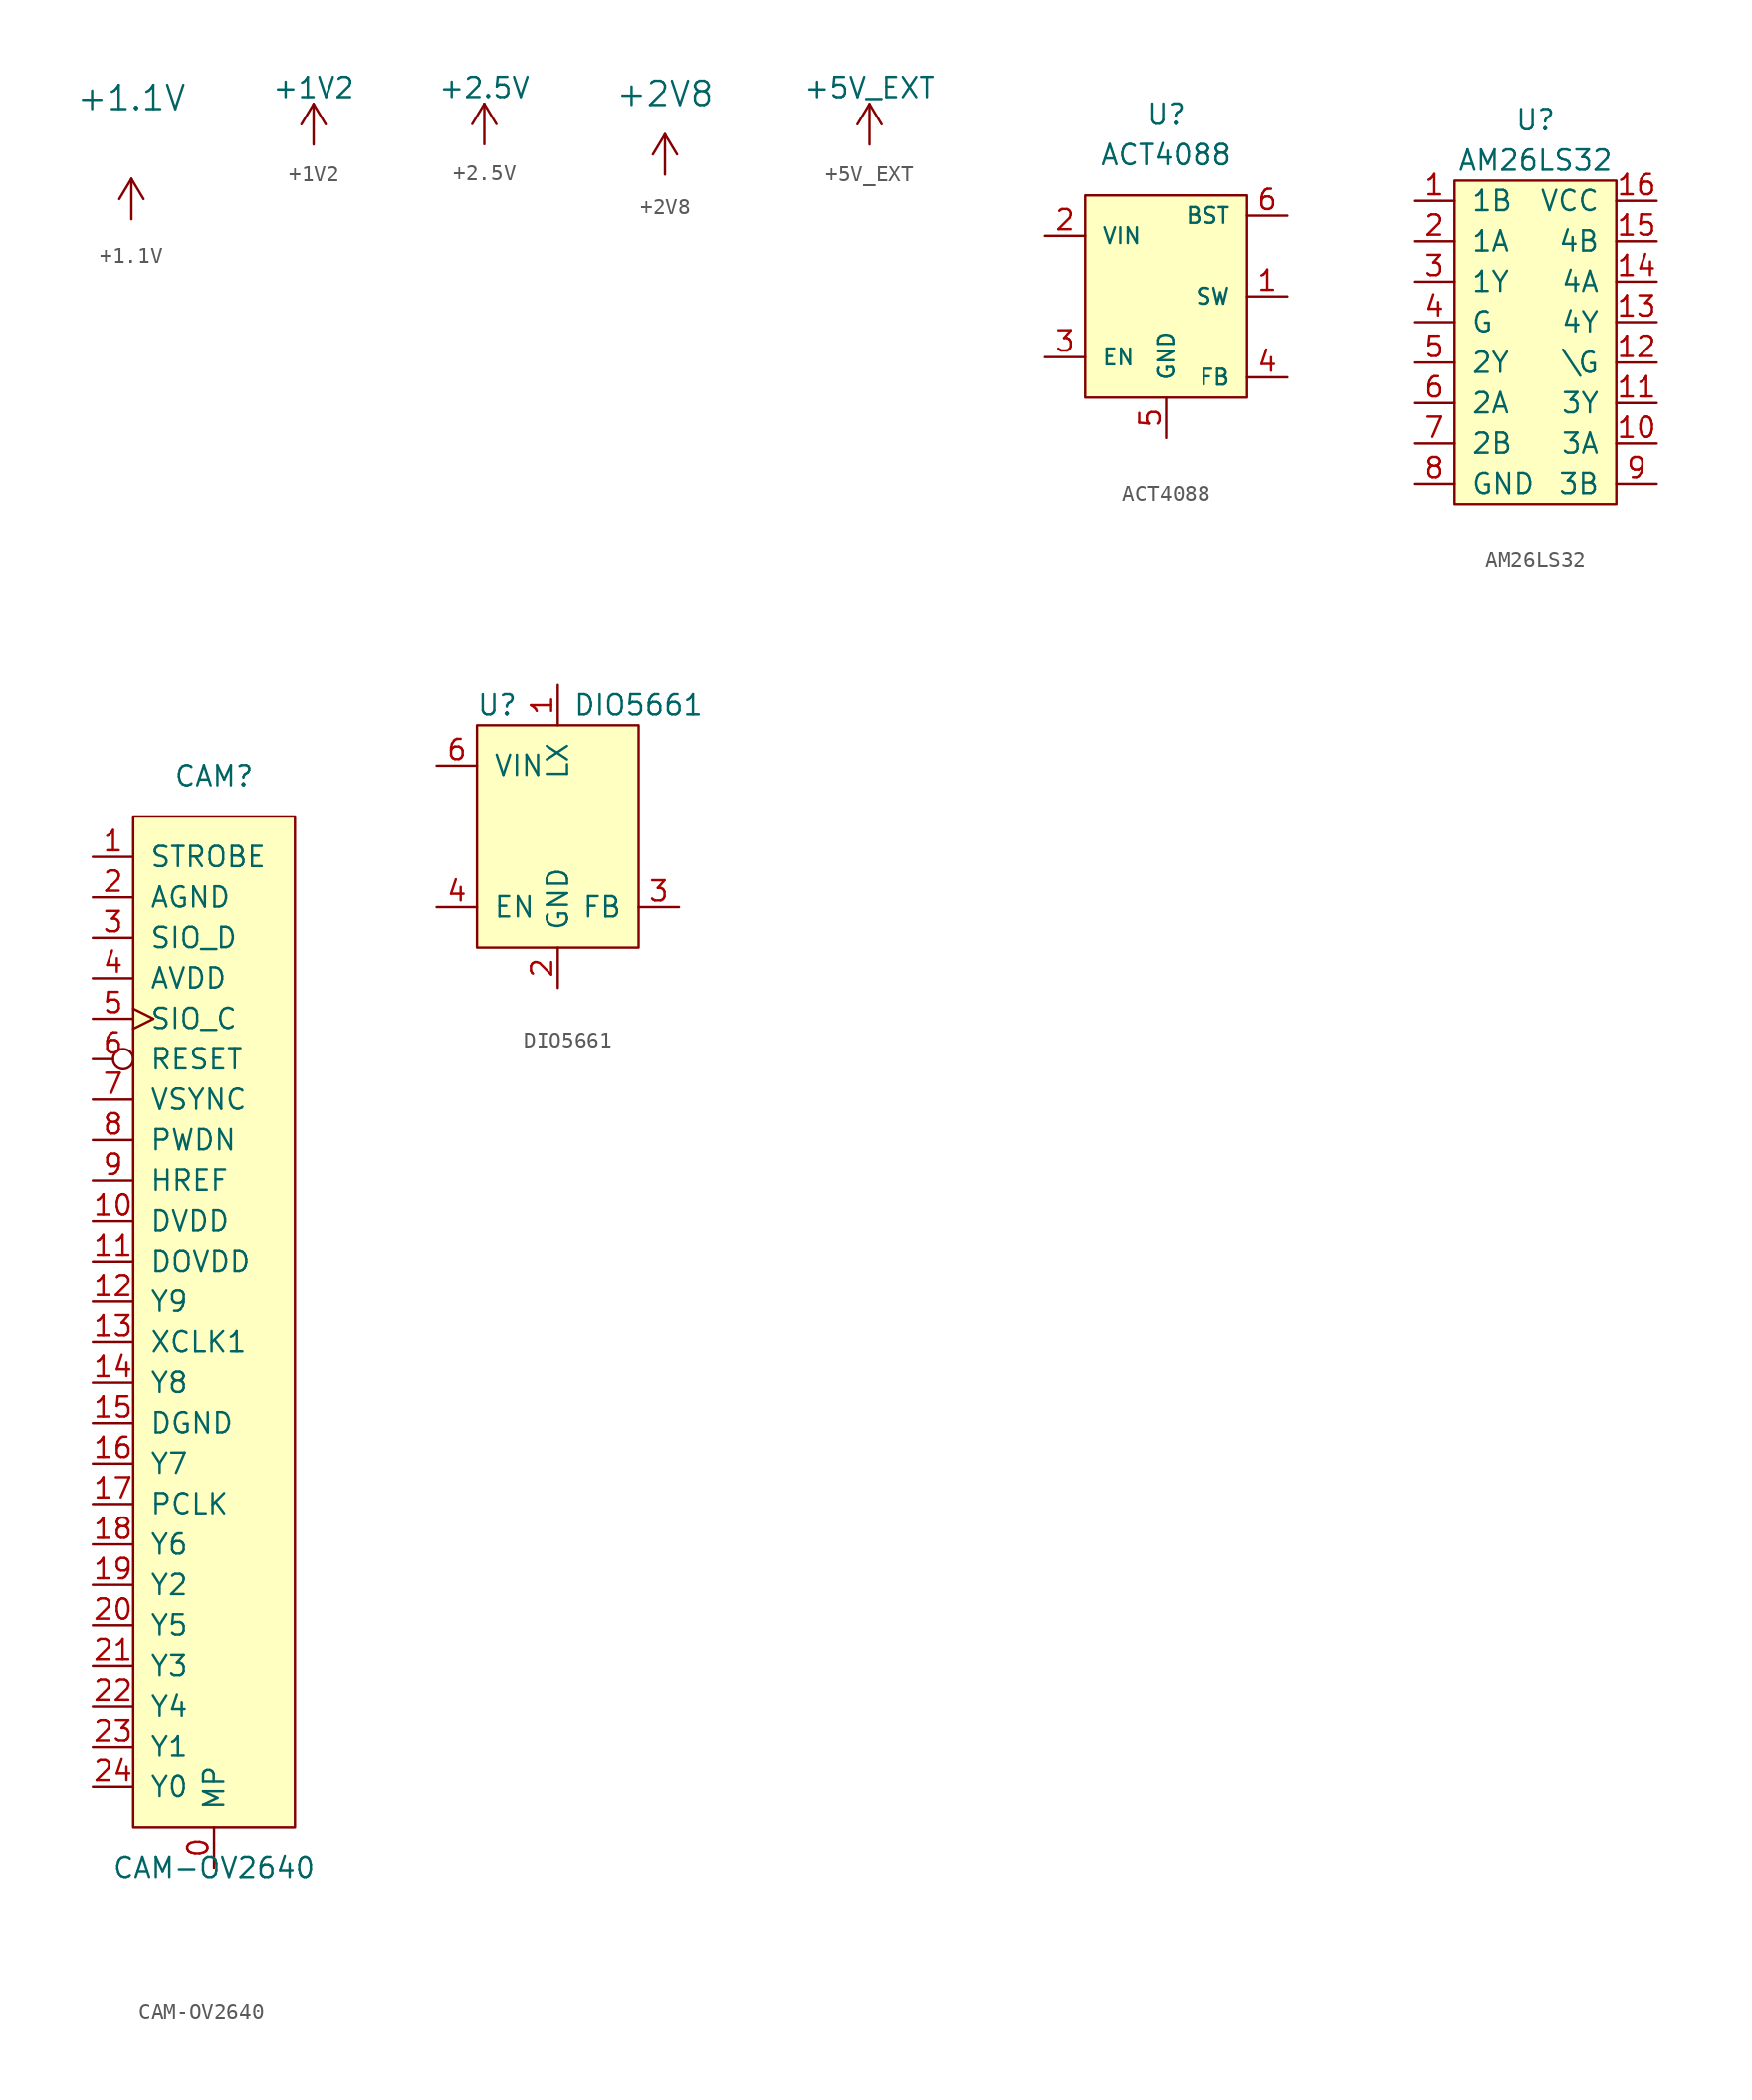
<source format=kicad_sym>
(kicad_symbol_lib
  (version 20231120)
  (generator "kicad_symbol_editor")
  (generator_version "8.0")
  (symbol "+1.1V"
    (power)
    (pin_names
      (offset 1.016))
    (property "Reference" "#PWRV"
      (at 0 -5.08 0)
      (effects (font (size 1.524 1.524)) (hide yes)))
    (property "Value" "+1.1V"
      (at 0 7.62 0)
      (effects (font (size 1.524 1.524))))
    (symbol "+1.1V_0_1"
      (polyline (pts (xy -0.762 1.27) (xy 0 2.54)) (stroke (width 0) (type solid)) (fill (type none)))
      (polyline (pts (xy 0 0) (xy 0 2.54)) (stroke (width 0) (type solid)) (fill (type none)))
      (polyline (pts (xy 0 2.54) (xy 0.762 1.27)) (stroke (width 0) (type solid)) (fill (type none)))
      (pin power_in line (at 0 0 90) (length 0) hide (name "+1.1V" (effects (font (size 1.27 1.27)))) (number "1" (effects (font (size 1.27 1.27)))))))
  (symbol "+1V2"
    (power)
    (pin_names
      (offset 0))
    (property "Reference" "#PWR"
      (at 0 -3.81 0)
      (effects (font (size 1.27 1.27)) (hide yes)))
    (property "Value" "+1V2"
      (at 0 3.556 0)
      (effects (font (size 1.27 1.27))))
    (property "Footprint" ""
      (at 0 0 0)
      (effects (font (size 1.524 1.524))))
    (property "Datasheet" ""
      (at 0 0 0)
      (effects (font (size 1.524 1.524))))
    (symbol "+1V2_0_1"
      (polyline (pts (xy -0.762 1.27) (xy 0 2.54)) (stroke (width 0) (type solid)) (fill (type none)))
      (polyline (pts (xy 0 0) (xy 0 2.54)) (stroke (width 0) (type solid)) (fill (type none)))
      (polyline (pts (xy 0 2.54) (xy 0.762 1.27)) (stroke (width 0) (type solid)) (fill (type none))))
    (symbol "+1V2_1_1"
      (pin power_in line (at 0 0 90) (length 0) hide (name "+1V2" (effects (font (size 1.27 1.27)))) (number "1" (effects (font (size 1.27 1.27)))))))
  (symbol "+2.5V"
    (power)
    (pin_names
      (offset 0))
    (property "Reference" "#PWR"
      (at 0 -3.81 0)
      (effects (font (size 1.27 1.27)) (hide yes)))
    (property "Value" "+2.5V"
      (at 0 3.556 0)
      (effects (font (size 1.27 1.27))))
    (property "Footprint" ""
      (at 0 0 0)
      (effects (font (size 1.524 1.524))))
    (property "Datasheet" ""
      (at 0 0 0)
      (effects (font (size 1.524 1.524))))
    (symbol "+2.5V_0_1"
      (polyline (pts (xy -0.762 1.27) (xy 0 2.54)) (stroke (width 0) (type solid)) (fill (type none)))
      (polyline (pts (xy 0 0) (xy 0 2.54)) (stroke (width 0) (type solid)) (fill (type none)))
      (polyline (pts (xy 0 2.54) (xy 0.762 1.27)) (stroke (width 0) (type solid)) (fill (type none))))
    (symbol "+2.5V_1_1"
      (pin power_in line (at 0 0 90) (length 0) hide (name "+2.5V" (effects (font (size 1.27 1.27)))) (number "1" (effects (font (size 1.27 1.27)))))))
  (symbol "+2V8"
    (power)
    (pin_names
      (offset 1.016))
    (property "Reference" "#PWR"
      (at 0 -5.08 0)
      (effects (font (size 1.524 1.524)) (hide yes)))
    (property "Value" "+2V8"
      (at 0 5.08 0)
      (effects (font (size 1.524 1.524))))
    (symbol "+2V8_0_1"
      (polyline (pts (xy -0.762 1.27) (xy 0 2.54)) (stroke (width 0) (type solid)) (fill (type none)))
      (polyline (pts (xy 0 0) (xy 0 2.54)) (stroke (width 0) (type solid)) (fill (type none)))
      (polyline (pts (xy 0 2.54) (xy 0.762 1.27)) (stroke (width 0) (type solid)) (fill (type none)))
      (pin power_in line (at 0 0 90) (length 0) hide (name "+2V8" (effects (font (size 1.27 1.27)))) (number "1" (effects (font (size 1.27 1.27)))))))
  (symbol "+5V_EXT"
    (power)
    (pin_names
      (offset 0))
    (property "Reference" "#PWR"
      (at 0 -3.81 0)
      (effects (font (size 1.27 1.27)) (hide yes)))
    (property "Value" "+5V_EXT"
      (at 0 3.556 0)
      (effects (font (size 1.27 1.27))))
    (property "Footprint" ""
      (at 0 0 0)
      (effects (font (size 1.524 1.524))))
    (property "Datasheet" ""
      (at 0 0 0)
      (effects (font (size 1.524 1.524))))
    (symbol "+5V_EXT_0_1"
      (polyline (pts (xy -0.762 1.27) (xy 0 2.54)) (stroke (width 0) (type solid)) (fill (type none)))
      (polyline (pts (xy 0 0) (xy 0 2.54)) (stroke (width 0) (type solid)) (fill (type none)))
      (polyline (pts (xy 0 2.54) (xy 0.762 1.27)) (stroke (width 0) (type solid)) (fill (type none))))
    (symbol "+5V_EXT_1_1"
      (pin power_in line (at 0 0 90) (length 0) hide (name "+5V_EXT" (effects (font (size 1.27 1.27)))) (number "1" (effects (font (size 1.27 1.27)))))))
  (symbol "ACT4088"
    (pin_names
      (offset 1.016))
    (property "Reference" "U"
      (at 0 11.43 0)
      (effects (font (size 1.27 1.27))))
    (property "Value" "ACT4088"
      (at 0 8.89 0)
      (effects (font (size 1.27 1.27))))
    (symbol "ACT4088_0_1"
      (rectangle (start -5.08 6.35) (end 5.08 -6.35) (stroke (width 0) (type solid)) (fill (type background))))
    (symbol "ACT4088_1_1"
      (pin input line (at 7.62 0 180) (length 2.54) (name "SW" (effects (font (size 0.991 0.991)))) (number "1" (effects (font (size 1.27 1.27)))))
      (pin input line (at -7.62 3.81 0) (length 2.54) (name "VIN" (effects (font (size 0.991 0.991)))) (number "2" (effects (font (size 1.27 1.27)))))
      (pin input line (at -7.62 -3.81 0) (length 2.54) (name "EN" (effects (font (size 0.991 0.991)))) (number "3" (effects (font (size 1.27 1.27)))))
      (pin input line (at 7.62 -5.08 180) (length 2.54) (name "FB" (effects (font (size 0.991 0.991)))) (number "4" (effects (font (size 1.27 1.27)))))
      (pin input line (at 0 -8.89 90) (length 2.54) (name "GND" (effects (font (size 0.991 0.991)))) (number "5" (effects (font (size 1.27 1.27)))))
      (pin input line (at 7.62 5.08 180) (length 2.54) (name "BST" (effects (font (size 0.991 0.991)))) (number "6" (effects (font (size 1.27 1.27)))))))
  (symbol "AM26LS32"
    (pin_names
      (offset 1.016))
    (property "Reference" "U"
      (at 0 13.97 0)
      (effects (font (size 1.27 1.27))))
    (property "Value" "AM26LS32"
      (at 0 11.43 0)
      (effects (font (size 1.27 1.27))))
    (symbol "AM26LS32_0_1"
      (rectangle (start -5.08 10.16) (end 5.08 -10.16) (stroke (width 0) (type solid)) (fill (type background))))
    (symbol "AM26LS32_1_1"
      (pin input line (at -7.62 8.89 0) (length 2.54) (name "1B" (effects (font (size 1.27 1.27)))) (number "1" (effects (font (size 1.27 1.27)))))
      (pin input line (at 7.62 -6.35 180) (length 2.54) (name "3A" (effects (font (size 1.27 1.27)))) (number "10" (effects (font (size 1.27 1.27)))))
      (pin input line (at 7.62 -3.81 180) (length 2.54) (name "3Y" (effects (font (size 1.27 1.27)))) (number "11" (effects (font (size 1.27 1.27)))))
      (pin input line (at 7.62 -1.27 180) (length 2.54) (name "\\G" (effects (font (size 1.27 1.27)))) (number "12" (effects (font (size 1.27 1.27)))))
      (pin input line (at 7.62 1.27 180) (length 2.54) (name "4Y" (effects (font (size 1.27 1.27)))) (number "13" (effects (font (size 1.27 1.27)))))
      (pin input line (at 7.62 3.81 180) (length 2.54) (name "4A" (effects (font (size 1.27 1.27)))) (number "14" (effects (font (size 1.27 1.27)))))
      (pin input line (at 7.62 6.35 180) (length 2.54) (name "4B" (effects (font (size 1.27 1.27)))) (number "15" (effects (font (size 1.27 1.27)))))
      (pin input line (at 7.62 8.89 180) (length 2.54) (name "VCC" (effects (font (size 1.27 1.27)))) (number "16" (effects (font (size 1.27 1.27)))))
      (pin input line (at -7.62 6.35 0) (length 2.54) (name "1A" (effects (font (size 1.27 1.27)))) (number "2" (effects (font (size 1.27 1.27)))))
      (pin input line (at -7.62 3.81 0) (length 2.54) (name "1Y" (effects (font (size 1.27 1.27)))) (number "3" (effects (font (size 1.27 1.27)))))
      (pin input line (at -7.62 1.27 0) (length 2.54) (name "G" (effects (font (size 1.27 1.27)))) (number "4" (effects (font (size 1.27 1.27)))))
      (pin input line (at -7.62 -1.27 0) (length 2.54) (name "2Y" (effects (font (size 1.27 1.27)))) (number "5" (effects (font (size 1.27 1.27)))))
      (pin input line (at -7.62 -3.81 0) (length 2.54) (name "2A" (effects (font (size 1.27 1.27)))) (number "6" (effects (font (size 1.27 1.27)))))
      (pin input line (at -7.62 -6.35 0) (length 2.54) (name "2B" (effects (font (size 1.27 1.27)))) (number "7" (effects (font (size 1.27 1.27)))))
      (pin input line (at -7.62 -8.89 0) (length 2.54) (name "GND" (effects (font (size 1.27 1.27)))) (number "8" (effects (font (size 1.27 1.27)))))
      (pin input line (at 7.62 -8.89 180) (length 2.54) (name "3B" (effects (font (size 1.27 1.27)))) (number "9" (effects (font (size 1.27 1.27)))))))
  (symbol "CAM-OV2640"
    (pin_names
      (offset 1.016))
    (property "Reference" "CAM"
      (at 0 33.02 0)
      (effects (font (size 1.27 1.27))))
    (property "Value" "CAM-OV2640"
      (at 0 -35.56 0)
      (effects (font (size 1.27 1.27))))
    (symbol "CAM-OV2640_0_1"
      (rectangle (start -5.08 30.48) (end 5.08 -33.02) (stroke (width 0) (type solid)) (fill (type background)))
      (pin output line (at 0 -35.56 90) (length 2.54) (name "MP" (effects (font (size 1.27 1.27)))) (number "0" (effects (font (size 1.27 1.27)))))
      (pin output line (at -7.62 27.94 0) (length 2.54) (name "STROBE" (effects (font (size 1.27 1.27)))) (number "1" (effects (font (size 1.27 1.27)))))
      (pin power_in line (at -7.62 5.08 0) (length 2.54) (name "DVDD" (effects (font (size 1.27 1.27)))) (number "10" (effects (font (size 1.27 1.27)))))
      (pin power_in line (at -7.62 2.54 0) (length 2.54) (name "DOVDD" (effects (font (size 1.27 1.27)))) (number "11" (effects (font (size 1.27 1.27)))))
      (pin output line (at -7.62 0 0) (length 2.54) (name "Y9" (effects (font (size 1.27 1.27)))) (number "12" (effects (font (size 1.27 1.27)))))
      (pin bidirectional line (at -7.62 -2.54 0) (length 2.54) (name "XCLK1" (effects (font (size 1.27 1.27)))) (number "13" (effects (font (size 1.27 1.27)))))
      (pin output line (at -7.62 -5.08 0) (length 2.54) (name "Y8" (effects (font (size 1.27 1.27)))) (number "14" (effects (font (size 1.27 1.27)))))
      (pin power_in line (at -7.62 -7.62 0) (length 2.54) (name "DGND" (effects (font (size 1.27 1.27)))) (number "15" (effects (font (size 1.27 1.27)))))
      (pin output line (at -7.62 -10.16 0) (length 2.54) (name "Y7" (effects (font (size 1.27 1.27)))) (number "16" (effects (font (size 1.27 1.27)))))
      (pin bidirectional line (at -7.62 -12.7 0) (length 2.54) (name "PCLK" (effects (font (size 1.27 1.27)))) (number "17" (effects (font (size 1.27 1.27)))))
      (pin output line (at -7.62 -15.24 0) (length 2.54) (name "Y6" (effects (font (size 1.27 1.27)))) (number "18" (effects (font (size 1.27 1.27)))))
      (pin output line (at -7.62 -17.78 0) (length 2.54) (name "Y2" (effects (font (size 1.27 1.27)))) (number "19" (effects (font (size 1.27 1.27)))))
      (pin power_in line (at -7.62 25.4 0) (length 2.54) (name "AGND" (effects (font (size 1.27 1.27)))) (number "2" (effects (font (size 1.27 1.27)))))
      (pin output line (at -7.62 -20.32 0) (length 2.54) (name "Y5" (effects (font (size 1.27 1.27)))) (number "20" (effects (font (size 1.27 1.27)))))
      (pin output line (at -7.62 -22.86 0) (length 2.54) (name "Y3" (effects (font (size 1.27 1.27)))) (number "21" (effects (font (size 1.27 1.27)))))
      (pin output line (at -7.62 -25.4 0) (length 2.54) (name "Y4" (effects (font (size 1.27 1.27)))) (number "22" (effects (font (size 1.27 1.27)))))
      (pin output line (at -7.62 -27.94 0) (length 2.54) (name "Y1" (effects (font (size 1.27 1.27)))) (number "23" (effects (font (size 1.27 1.27)))))
      (pin output line (at -7.62 -30.48 0) (length 2.54) (name "Y0" (effects (font (size 1.27 1.27)))) (number "24" (effects (font (size 1.27 1.27)))))
      (pin bidirectional line (at -7.62 22.86 0) (length 2.54) (name "SIO_D" (effects (font (size 1.27 1.27)))) (number "3" (effects (font (size 1.27 1.27)))))
      (pin power_in line (at -7.62 20.32 0) (length 2.54) (name "AVDD" (effects (font (size 1.27 1.27)))) (number "4" (effects (font (size 1.27 1.27)))))
      (pin input clock (at -7.62 17.78 0) (length 2.54) (name "SIO_C" (effects (font (size 1.27 1.27)))) (number "5" (effects (font (size 1.27 1.27)))))
      (pin input inverted (at -7.62 15.24 0) (length 2.54) (name "RESET" (effects (font (size 1.27 1.27)))) (number "6" (effects (font (size 1.27 1.27)))))
      (pin bidirectional line (at -7.62 12.7 0) (length 2.54) (name "VSYNC" (effects (font (size 1.27 1.27)))) (number "7" (effects (font (size 1.27 1.27)))))
      (pin input line (at -7.62 10.16 0) (length 2.54) (name "PWDN" (effects (font (size 1.27 1.27)))) (number "8" (effects (font (size 1.27 1.27)))))
      (pin bidirectional line (at -7.62 7.62 0) (length 2.54) (name "HREF" (effects (font (size 1.27 1.27)))) (number "9" (effects (font (size 1.27 1.27)))))))
  (symbol "DIO5661"
    (pin_names
      (offset 1.016))
    (property "Reference" "U"
      (at -3.81 7.62 0)
      (effects (font (size 1.27 1.27))))
    (property "Value" "DIO5661"
      (at 5.08 7.62 0)
      (effects (font (size 1.27 1.27))))
    (symbol "DIO5661_0_1"
      (rectangle (start -5.08 6.35) (end 5.08 -7.62) (stroke (width 0) (type solid)) (fill (type background))))
    (symbol "DIO5661_1_1"
      (pin input line (at 0 8.89 270) (length 2.54) (name "LX" (effects (font (size 1.27 1.27)))) (number "1" (effects (font (size 1.27 1.27)))))
      (pin input line (at 0 -10.16 90) (length 2.54) (name "GND" (effects (font (size 1.27 1.27)))) (number "2" (effects (font (size 1.27 1.27)))))
      (pin input line (at 7.62 -5.08 180) (length 2.54) (name "FB" (effects (font (size 1.27 1.27)))) (number "3" (effects (font (size 1.27 1.27)))))
      (pin input line (at -7.62 -5.08 0) (length 2.54) (name "EN" (effects (font (size 1.27 1.27)))) (number "4" (effects (font (size 1.27 1.27)))))
      (pin input line (at -3.81 -7.62 270) (length 2.54) hide (name "NC" (effects (font (size 1.27 1.27)))) (number "5" (effects (font (size 1.27 1.27)))))
      (pin input line (at -7.62 3.81 0) (length 2.54) (name "VIN" (effects (font (size 1.27 1.27)))) (number "6" (effects (font (size 1.27 1.27))))))))
</source>
